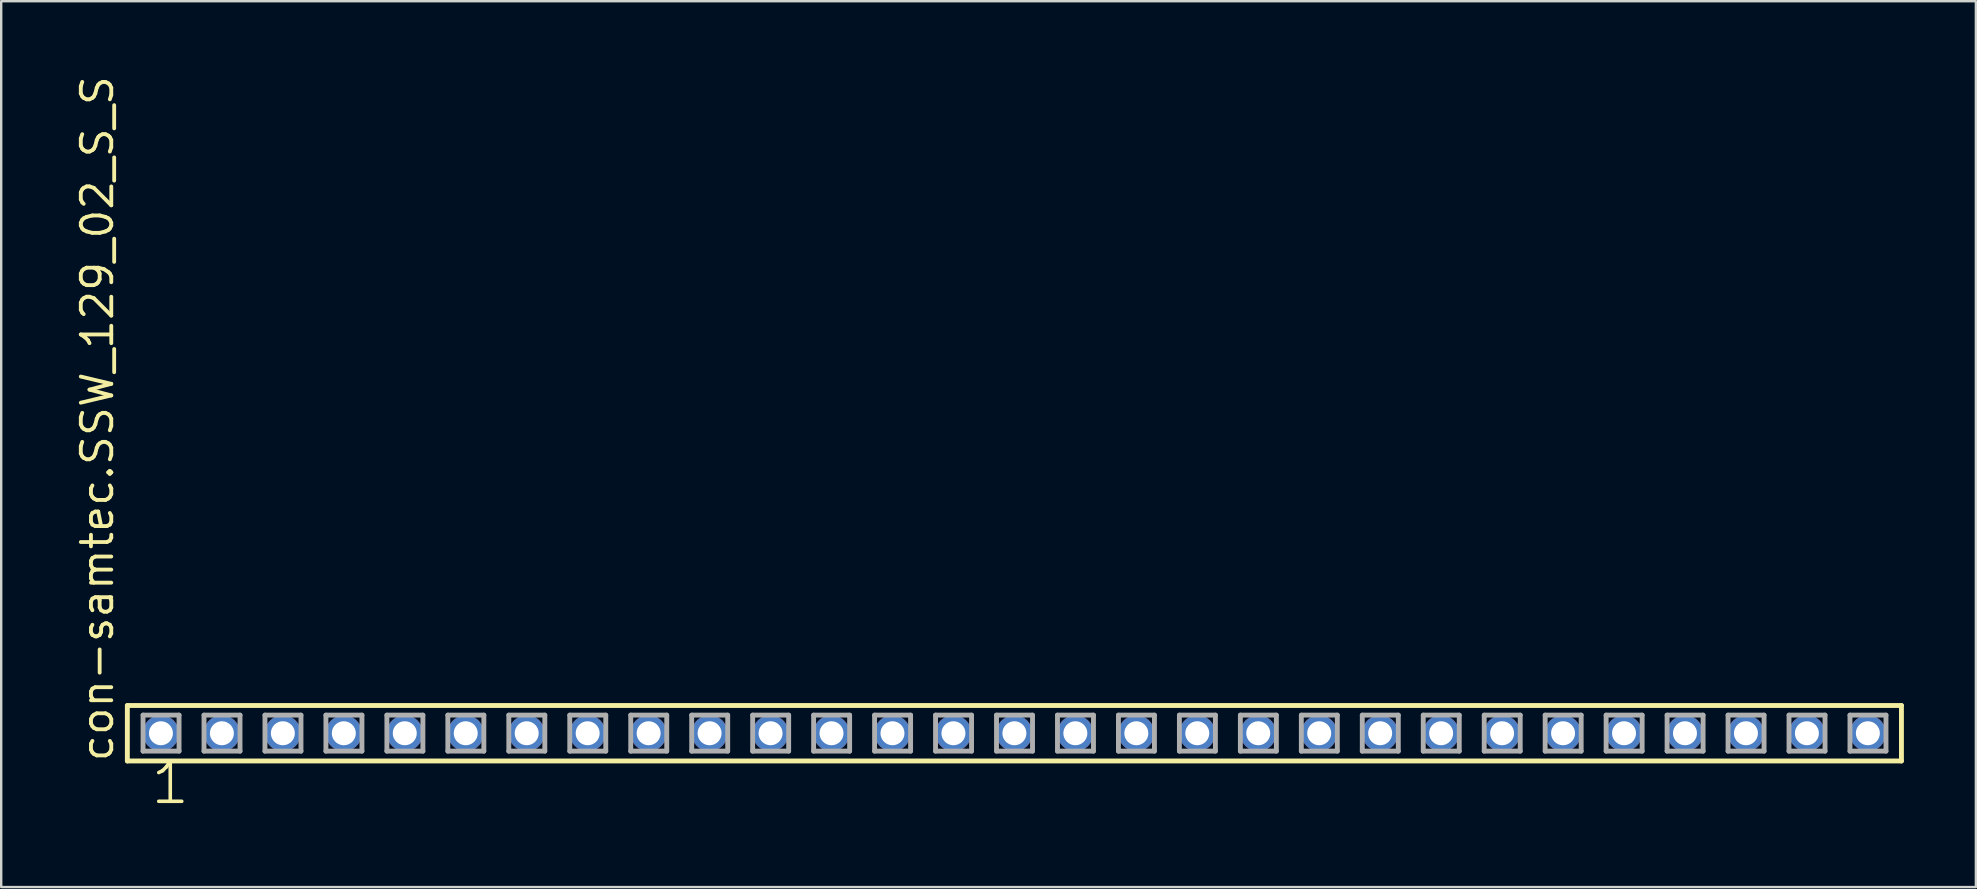
<source format=kicad_pcb>
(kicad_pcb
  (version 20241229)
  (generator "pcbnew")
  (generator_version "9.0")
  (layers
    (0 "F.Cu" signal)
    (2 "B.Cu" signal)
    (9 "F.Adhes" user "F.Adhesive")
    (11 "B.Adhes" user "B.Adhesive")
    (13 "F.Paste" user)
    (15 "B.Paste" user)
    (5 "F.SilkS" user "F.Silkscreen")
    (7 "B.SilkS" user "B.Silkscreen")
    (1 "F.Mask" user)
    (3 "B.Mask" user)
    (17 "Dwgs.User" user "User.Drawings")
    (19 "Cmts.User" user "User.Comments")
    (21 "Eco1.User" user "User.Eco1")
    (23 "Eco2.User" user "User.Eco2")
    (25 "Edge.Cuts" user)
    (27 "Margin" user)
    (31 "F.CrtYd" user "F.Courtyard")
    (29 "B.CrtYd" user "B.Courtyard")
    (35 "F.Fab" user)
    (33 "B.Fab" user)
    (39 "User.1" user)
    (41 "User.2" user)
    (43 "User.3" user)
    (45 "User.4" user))
  (footprint "con-samtec.SSW_129_02_S_S"
    (layer "F.Cu")
    (at 39.215 27.501)
    (property "Reference" "con-samtec.SSW_129_02_S_S" (at -37.465 1.27 90) (layer "F.SilkS") (effects (font (size 1.27 1.27) (thickness 0.16)) (justify left bottom)))
    (attr through_hole)
    (fp_line (start -36.959 -1.155) (end 36.959 -1.155) (stroke (width 0.203) (type default)) (layer "F.SilkS"))
    (fp_line (start -36.959 1.155) (end -36.959 -1.155) (stroke (width 0.203) (type default)) (layer "F.SilkS"))
    (fp_line (start 36.959 -1.155) (end 36.959 1.155) (stroke (width 0.203) (type default)) (layer "F.SilkS"))
    (fp_line (start 36.959 1.155) (end -36.959 1.155) (stroke (width 0.203) (type default)) (layer "F.SilkS"))
    (fp_line (start -36.305 -0.755) (end -34.805 -0.755) (stroke (width 0.203) (type default)) (layer "F.Fab"))
    (fp_line (start -36.305 0.745) (end -36.305 -0.755) (stroke (width 0.203) (type default)) (layer "F.Fab"))
    (fp_line (start -34.805 -0.755) (end -34.805 0.745) (stroke (width 0.203) (type default)) (layer "F.Fab"))
    (fp_line (start -34.805 0.745) (end -36.305 0.745) (stroke (width 0.203) (type default)) (layer "F.Fab"))
    (fp_line (start -33.765 -0.755) (end -32.265 -0.755) (stroke (width 0.203) (type default)) (layer "F.Fab"))
    (fp_line (start -33.765 0.745) (end -33.765 -0.755) (stroke (width 0.203) (type default)) (layer "F.Fab"))
    (fp_line (start -32.265 -0.755) (end -32.265 0.745) (stroke (width 0.203) (type default)) (layer "F.Fab"))
    (fp_line (start -32.265 0.745) (end -33.765 0.745) (stroke (width 0.203) (type default)) (layer "F.Fab"))
    (fp_line (start -31.225 -0.755) (end -29.725 -0.755) (stroke (width 0.203) (type default)) (layer "F.Fab"))
    (fp_line (start -31.225 0.745) (end -31.225 -0.755) (stroke (width 0.203) (type default)) (layer "F.Fab"))
    (fp_line (start -29.725 -0.755) (end -29.725 0.745) (stroke (width 0.203) (type default)) (layer "F.Fab"))
    (fp_line (start -29.725 0.745) (end -31.225 0.745) (stroke (width 0.203) (type default)) (layer "F.Fab"))
    (fp_line (start -28.685 -0.755) (end -27.185 -0.755) (stroke (width 0.203) (type default)) (layer "F.Fab"))
    (fp_line (start -28.685 0.745) (end -28.685 -0.755) (stroke (width 0.203) (type default)) (layer "F.Fab"))
    (fp_line (start -27.185 -0.755) (end -27.185 0.745) (stroke (width 0.203) (type default)) (layer "F.Fab"))
    (fp_line (start -27.185 0.745) (end -28.685 0.745) (stroke (width 0.203) (type default)) (layer "F.Fab"))
    (fp_line (start -26.145 -0.755) (end -24.645 -0.755) (stroke (width 0.203) (type default)) (layer "F.Fab"))
    (fp_line (start -26.145 0.745) (end -26.145 -0.755) (stroke (width 0.203) (type default)) (layer "F.Fab"))
    (fp_line (start -24.645 -0.755) (end -24.645 0.745) (stroke (width 0.203) (type default)) (layer "F.Fab"))
    (fp_line (start -24.645 0.745) (end -26.145 0.745) (stroke (width 0.203) (type default)) (layer "F.Fab"))
    (fp_line (start -23.605 -0.755) (end -22.105 -0.755) (stroke (width 0.203) (type default)) (layer "F.Fab"))
    (fp_line (start -23.605 0.745) (end -23.605 -0.755) (stroke (width 0.203) (type default)) (layer "F.Fab"))
    (fp_line (start -22.105 -0.755) (end -22.105 0.745) (stroke (width 0.203) (type default)) (layer "F.Fab"))
    (fp_line (start -22.105 0.745) (end -23.605 0.745) (stroke (width 0.203) (type default)) (layer "F.Fab"))
    (fp_line (start -21.065 -0.755) (end -19.565 -0.755) (stroke (width 0.203) (type default)) (layer "F.Fab"))
    (fp_line (start -21.065 0.745) (end -21.065 -0.755) (stroke (width 0.203) (type default)) (layer "F.Fab"))
    (fp_line (start -19.565 -0.755) (end -19.565 0.745) (stroke (width 0.203) (type default)) (layer "F.Fab"))
    (fp_line (start -19.565 0.745) (end -21.065 0.745) (stroke (width 0.203) (type default)) (layer "F.Fab"))
    (fp_line (start -18.525 -0.755) (end -17.025 -0.755) (stroke (width 0.203) (type default)) (layer "F.Fab"))
    (fp_line (start -18.525 0.745) (end -18.525 -0.755) (stroke (width 0.203) (type default)) (layer "F.Fab"))
    (fp_line (start -17.025 -0.755) (end -17.025 0.745) (stroke (width 0.203) (type default)) (layer "F.Fab"))
    (fp_line (start -17.025 0.745) (end -18.525 0.745) (stroke (width 0.203) (type default)) (layer "F.Fab"))
    (fp_line (start -15.985 -0.755) (end -14.485 -0.755) (stroke (width 0.203) (type default)) (layer "F.Fab"))
    (fp_line (start -15.985 0.745) (end -15.985 -0.755) (stroke (width 0.203) (type default)) (layer "F.Fab"))
    (fp_line (start -14.485 -0.755) (end -14.485 0.745) (stroke (width 0.203) (type default)) (layer "F.Fab"))
    (fp_line (start -14.485 0.745) (end -15.985 0.745) (stroke (width 0.203) (type default)) (layer "F.Fab"))
    (fp_line (start -13.445 -0.755) (end -11.945 -0.755) (stroke (width 0.203) (type default)) (layer "F.Fab"))
    (fp_line (start -13.445 0.745) (end -13.445 -0.755) (stroke (width 0.203) (type default)) (layer "F.Fab"))
    (fp_line (start -11.945 -0.755) (end -11.945 0.745) (stroke (width 0.203) (type default)) (layer "F.Fab"))
    (fp_line (start -11.945 0.745) (end -13.445 0.745) (stroke (width 0.203) (type default)) (layer "F.Fab"))
    (fp_line (start -10.905 -0.755) (end -9.405 -0.755) (stroke (width 0.203) (type default)) (layer "F.Fab"))
    (fp_line (start -10.905 0.745) (end -10.905 -0.755) (stroke (width 0.203) (type default)) (layer "F.Fab"))
    (fp_line (start -9.405 -0.755) (end -9.405 0.745) (stroke (width 0.203) (type default)) (layer "F.Fab"))
    (fp_line (start -9.405 0.745) (end -10.905 0.745) (stroke (width 0.203) (type default)) (layer "F.Fab"))
    (fp_line (start -8.365 -0.755) (end -6.865 -0.755) (stroke (width 0.203) (type default)) (layer "F.Fab"))
    (fp_line (start -8.365 0.745) (end -8.365 -0.755) (stroke (width 0.203) (type default)) (layer "F.Fab"))
    (fp_line (start -6.865 -0.755) (end -6.865 0.745) (stroke (width 0.203) (type default)) (layer "F.Fab"))
    (fp_line (start -6.865 0.745) (end -8.365 0.745) (stroke (width 0.203) (type default)) (layer "F.Fab"))
    (fp_line (start -5.825 -0.755) (end -4.325 -0.755) (stroke (width 0.203) (type default)) (layer "F.Fab"))
    (fp_line (start -5.825 0.745) (end -5.825 -0.755) (stroke (width 0.203) (type default)) (layer "F.Fab"))
    (fp_line (start -4.325 -0.755) (end -4.325 0.745) (stroke (width 0.203) (type default)) (layer "F.Fab"))
    (fp_line (start -4.325 0.745) (end -5.825 0.745) (stroke (width 0.203) (type default)) (layer "F.Fab"))
    (fp_line (start -3.285 -0.755) (end -1.785 -0.755) (stroke (width 0.203) (type default)) (layer "F.Fab"))
    (fp_line (start -3.285 0.745) (end -3.285 -0.755) (stroke (width 0.203) (type default)) (layer "F.Fab"))
    (fp_line (start -1.785 -0.755) (end -1.785 0.745) (stroke (width 0.203) (type default)) (layer "F.Fab"))
    (fp_line (start -1.785 0.745) (end -3.285 0.745) (stroke (width 0.203) (type default)) (layer "F.Fab"))
    (fp_line (start -0.745 -0.755) (end 0.755 -0.755) (stroke (width 0.203) (type default)) (layer "F.Fab"))
    (fp_line (start -0.745 0.745) (end -0.745 -0.755) (stroke (width 0.203) (type default)) (layer "F.Fab"))
    (fp_line (start 0.755 -0.755) (end 0.755 0.745) (stroke (width 0.203) (type default)) (layer "F.Fab"))
    (fp_line (start 0.755 0.745) (end -0.745 0.745) (stroke (width 0.203) (type default)) (layer "F.Fab"))
    (fp_line (start 1.795 -0.755) (end 3.295 -0.755) (stroke (width 0.203) (type default)) (layer "F.Fab"))
    (fp_line (start 1.795 0.745) (end 1.795 -0.755) (stroke (width 0.203) (type default)) (layer "F.Fab"))
    (fp_line (start 3.295 -0.755) (end 3.295 0.745) (stroke (width 0.203) (type default)) (layer "F.Fab"))
    (fp_line (start 3.295 0.745) (end 1.795 0.745) (stroke (width 0.203) (type default)) (layer "F.Fab"))
    (fp_line (start 4.335 -0.755) (end 5.835 -0.755) (stroke (width 0.203) (type default)) (layer "F.Fab"))
    (fp_line (start 4.335 0.745) (end 4.335 -0.755) (stroke (width 0.203) (type default)) (layer "F.Fab"))
    (fp_line (start 5.835 -0.755) (end 5.835 0.745) (stroke (width 0.203) (type default)) (layer "F.Fab"))
    (fp_line (start 5.835 0.745) (end 4.335 0.745) (stroke (width 0.203) (type default)) (layer "F.Fab"))
    (fp_line (start 6.875 -0.755) (end 8.375 -0.755) (stroke (width 0.203) (type default)) (layer "F.Fab"))
    (fp_line (start 6.875 0.745) (end 6.875 -0.755) (stroke (width 0.203) (type default)) (layer "F.Fab"))
    (fp_line (start 8.375 -0.755) (end 8.375 0.745) (stroke (width 0.203) (type default)) (layer "F.Fab"))
    (fp_line (start 8.375 0.745) (end 6.875 0.745) (stroke (width 0.203) (type default)) (layer "F.Fab"))
    (fp_line (start 9.415 -0.755) (end 10.915 -0.755) (stroke (width 0.203) (type default)) (layer "F.Fab"))
    (fp_line (start 9.415 0.745) (end 9.415 -0.755) (stroke (width 0.203) (type default)) (layer "F.Fab"))
    (fp_line (start 10.915 -0.755) (end 10.915 0.745) (stroke (width 0.203) (type default)) (layer "F.Fab"))
    (fp_line (start 10.915 0.745) (end 9.415 0.745) (stroke (width 0.203) (type default)) (layer "F.Fab"))
    (fp_line (start 11.955 -0.755) (end 13.455 -0.755) (stroke (width 0.203) (type default)) (layer "F.Fab"))
    (fp_line (start 11.955 0.745) (end 11.955 -0.755) (stroke (width 0.203) (type default)) (layer "F.Fab"))
    (fp_line (start 13.455 -0.755) (end 13.455 0.745) (stroke (width 0.203) (type default)) (layer "F.Fab"))
    (fp_line (start 13.455 0.745) (end 11.955 0.745) (stroke (width 0.203) (type default)) (layer "F.Fab"))
    (fp_line (start 14.495 -0.755) (end 15.995 -0.755) (stroke (width 0.203) (type default)) (layer "F.Fab"))
    (fp_line (start 14.495 0.745) (end 14.495 -0.755) (stroke (width 0.203) (type default)) (layer "F.Fab"))
    (fp_line (start 15.995 -0.755) (end 15.995 0.745) (stroke (width 0.203) (type default)) (layer "F.Fab"))
    (fp_line (start 15.995 0.745) (end 14.495 0.745) (stroke (width 0.203) (type default)) (layer "F.Fab"))
    (fp_line (start 17.035 -0.755) (end 18.535 -0.755) (stroke (width 0.203) (type default)) (layer "F.Fab"))
    (fp_line (start 17.035 0.745) (end 17.035 -0.755) (stroke (width 0.203) (type default)) (layer "F.Fab"))
    (fp_line (start 18.535 -0.755) (end 18.535 0.745) (stroke (width 0.203) (type default)) (layer "F.Fab"))
    (fp_line (start 18.535 0.745) (end 17.035 0.745) (stroke (width 0.203) (type default)) (layer "F.Fab"))
    (fp_line (start 19.575 -0.755) (end 21.075 -0.755) (stroke (width 0.203) (type default)) (layer "F.Fab"))
    (fp_line (start 19.575 0.745) (end 19.575 -0.755) (stroke (width 0.203) (type default)) (layer "F.Fab"))
    (fp_line (start 21.075 -0.755) (end 21.075 0.745) (stroke (width 0.203) (type default)) (layer "F.Fab"))
    (fp_line (start 21.075 0.745) (end 19.575 0.745) (stroke (width 0.203) (type default)) (layer "F.Fab"))
    (fp_line (start 22.115 -0.755) (end 23.615 -0.755) (stroke (width 0.203) (type default)) (layer "F.Fab"))
    (fp_line (start 22.115 0.745) (end 22.115 -0.755) (stroke (width 0.203) (type default)) (layer "F.Fab"))
    (fp_line (start 23.615 -0.755) (end 23.615 0.745) (stroke (width 0.203) (type default)) (layer "F.Fab"))
    (fp_line (start 23.615 0.745) (end 22.115 0.745) (stroke (width 0.203) (type default)) (layer "F.Fab"))
    (fp_line (start 24.655 -0.755) (end 26.155 -0.755) (stroke (width 0.203) (type default)) (layer "F.Fab"))
    (fp_line (start 24.655 0.745) (end 24.655 -0.755) (stroke (width 0.203) (type default)) (layer "F.Fab"))
    (fp_line (start 26.155 -0.755) (end 26.155 0.745) (stroke (width 0.203) (type default)) (layer "F.Fab"))
    (fp_line (start 26.155 0.745) (end 24.655 0.745) (stroke (width 0.203) (type default)) (layer "F.Fab"))
    (fp_line (start 27.195 -0.755) (end 28.695 -0.755) (stroke (width 0.203) (type default)) (layer "F.Fab"))
    (fp_line (start 27.195 0.745) (end 27.195 -0.755) (stroke (width 0.203) (type default)) (layer "F.Fab"))
    (fp_line (start 28.695 -0.755) (end 28.695 0.745) (stroke (width 0.203) (type default)) (layer "F.Fab"))
    (fp_line (start 28.695 0.745) (end 27.195 0.745) (stroke (width 0.203) (type default)) (layer "F.Fab"))
    (fp_line (start 29.735 -0.755) (end 31.235 -0.755) (stroke (width 0.203) (type default)) (layer "F.Fab"))
    (fp_line (start 29.735 0.745) (end 29.735 -0.755) (stroke (width 0.203) (type default)) (layer "F.Fab"))
    (fp_line (start 31.235 -0.755) (end 31.235 0.745) (stroke (width 0.203) (type default)) (layer "F.Fab"))
    (fp_line (start 31.235 0.745) (end 29.735 0.745) (stroke (width 0.203) (type default)) (layer "F.Fab"))
    (fp_line (start 32.275 -0.755) (end 33.775 -0.755) (stroke (width 0.203) (type default)) (layer "F.Fab"))
    (fp_line (start 32.275 0.745) (end 32.275 -0.755) (stroke (width 0.203) (type default)) (layer "F.Fab"))
    (fp_line (start 33.775 -0.755) (end 33.775 0.745) (stroke (width 0.203) (type default)) (layer "F.Fab"))
    (fp_line (start 33.775 0.745) (end 32.275 0.745) (stroke (width 0.203) (type default)) (layer "F.Fab"))
    (fp_line (start 34.815 -0.755) (end 36.315 -0.755) (stroke (width 0.203) (type default)) (layer "F.Fab"))
    (fp_line (start 34.815 0.745) (end 34.815 -0.755) (stroke (width 0.203) (type default)) (layer "F.Fab"))
    (fp_line (start 36.315 -0.755) (end 36.315 0.745) (stroke (width 0.203) (type default)) (layer "F.Fab"))
    (fp_line (start 36.315 0.745) (end 34.815 0.745) (stroke (width 0.203) (type default)) (layer "F.Fab"))
    (fp_text user "1" (at -36.068 3.048 0) (layer "F.SilkS") (effects (font (size 1.676 1.676) (thickness 0.15)) (justify left bottom)))
    (pad "1" thru_hole circle (at -35.56 0) (size 1.5 1.5) (drill 1) (layers "*.Cu" "*.Mask"))
    (pad "2" thru_hole circle (at -33.02 0) (size 1.5 1.5) (drill 1) (layers "*.Cu" "*.Mask"))
    (pad "3" thru_hole circle (at -30.48 0) (size 1.5 1.5) (drill 1) (layers "*.Cu" "*.Mask"))
    (pad "4" thru_hole circle (at -27.94 0) (size 1.5 1.5) (drill 1) (layers "*.Cu" "*.Mask"))
    (pad "5" thru_hole circle (at -25.4 0) (size 1.5 1.5) (drill 1) (layers "*.Cu" "*.Mask"))
    (pad "6" thru_hole circle (at -22.86 0) (size 1.5 1.5) (drill 1) (layers "*.Cu" "*.Mask"))
    (pad "7" thru_hole circle (at -20.32 0) (size 1.5 1.5) (drill 1) (layers "*.Cu" "*.Mask"))
    (pad "8" thru_hole circle (at -17.78 0) (size 1.5 1.5) (drill 1) (layers "*.Cu" "*.Mask"))
    (pad "9" thru_hole circle (at -15.24 0) (size 1.5 1.5) (drill 1) (layers "*.Cu" "*.Mask"))
    (pad "10" thru_hole circle (at -12.7 0) (size 1.5 1.5) (drill 1) (layers "*.Cu" "*.Mask"))
    (pad "11" thru_hole circle (at -10.16 0) (size 1.5 1.5) (drill 1) (layers "*.Cu" "*.Mask"))
    (pad "12" thru_hole circle (at -7.62 0) (size 1.5 1.5) (drill 1) (layers "*.Cu" "*.Mask"))
    (pad "13" thru_hole circle (at -5.08 0) (size 1.5 1.5) (drill 1) (layers "*.Cu" "*.Mask"))
    (pad "14" thru_hole circle (at -2.54 0) (size 1.5 1.5) (drill 1) (layers "*.Cu" "*.Mask"))
    (pad "15" thru_hole circle (at 0 0) (size 1.5 1.5) (drill 1) (layers "*.Cu" "*.Mask"))
    (pad "16" thru_hole circle (at 2.54 0) (size 1.5 1.5) (drill 1) (layers "*.Cu" "*.Mask"))
    (pad "17" thru_hole circle (at 5.08 0) (size 1.5 1.5) (drill 1) (layers "*.Cu" "*.Mask"))
    (pad "18" thru_hole circle (at 7.62 0) (size 1.5 1.5) (drill 1) (layers "*.Cu" "*.Mask"))
    (pad "19" thru_hole circle (at 10.16 0) (size 1.5 1.5) (drill 1) (layers "*.Cu" "*.Mask"))
    (pad "20" thru_hole circle (at 12.7 0) (size 1.5 1.5) (drill 1) (layers "*.Cu" "*.Mask"))
    (pad "21" thru_hole circle (at 15.24 0) (size 1.5 1.5) (drill 1) (layers "*.Cu" "*.Mask"))
    (pad "22" thru_hole circle (at 17.78 0) (size 1.5 1.5) (drill 1) (layers "*.Cu" "*.Mask"))
    (pad "23" thru_hole circle (at 20.32 0) (size 1.5 1.5) (drill 1) (layers "*.Cu" "*.Mask"))
    (pad "24" thru_hole circle (at 22.86 0) (size 1.5 1.5) (drill 1) (layers "*.Cu" "*.Mask"))
    (pad "25" thru_hole circle (at 25.4 0) (size 1.5 1.5) (drill 1) (layers "*.Cu" "*.Mask"))
    (pad "26" thru_hole circle (at 27.94 0) (size 1.5 1.5) (drill 1) (layers "*.Cu" "*.Mask"))
    (pad "27" thru_hole circle (at 30.48 0) (size 1.5 1.5) (drill 1) (layers "*.Cu" "*.Mask"))
    (pad "28" thru_hole circle (at 33.02 0) (size 1.5 1.5) (drill 1) (layers "*.Cu" "*.Mask"))
    (pad "29" thru_hole circle (at 35.56 0) (size 1.5 1.5) (drill 1) (layers "*.Cu" "*.Mask")))
  (gr_rect
    (start -3 -3)
    (end 79.276 33.91)
    (stroke (width 0.1) (type default))
    (fill no)
    (layer "Edge.Cuts")))
</source>
